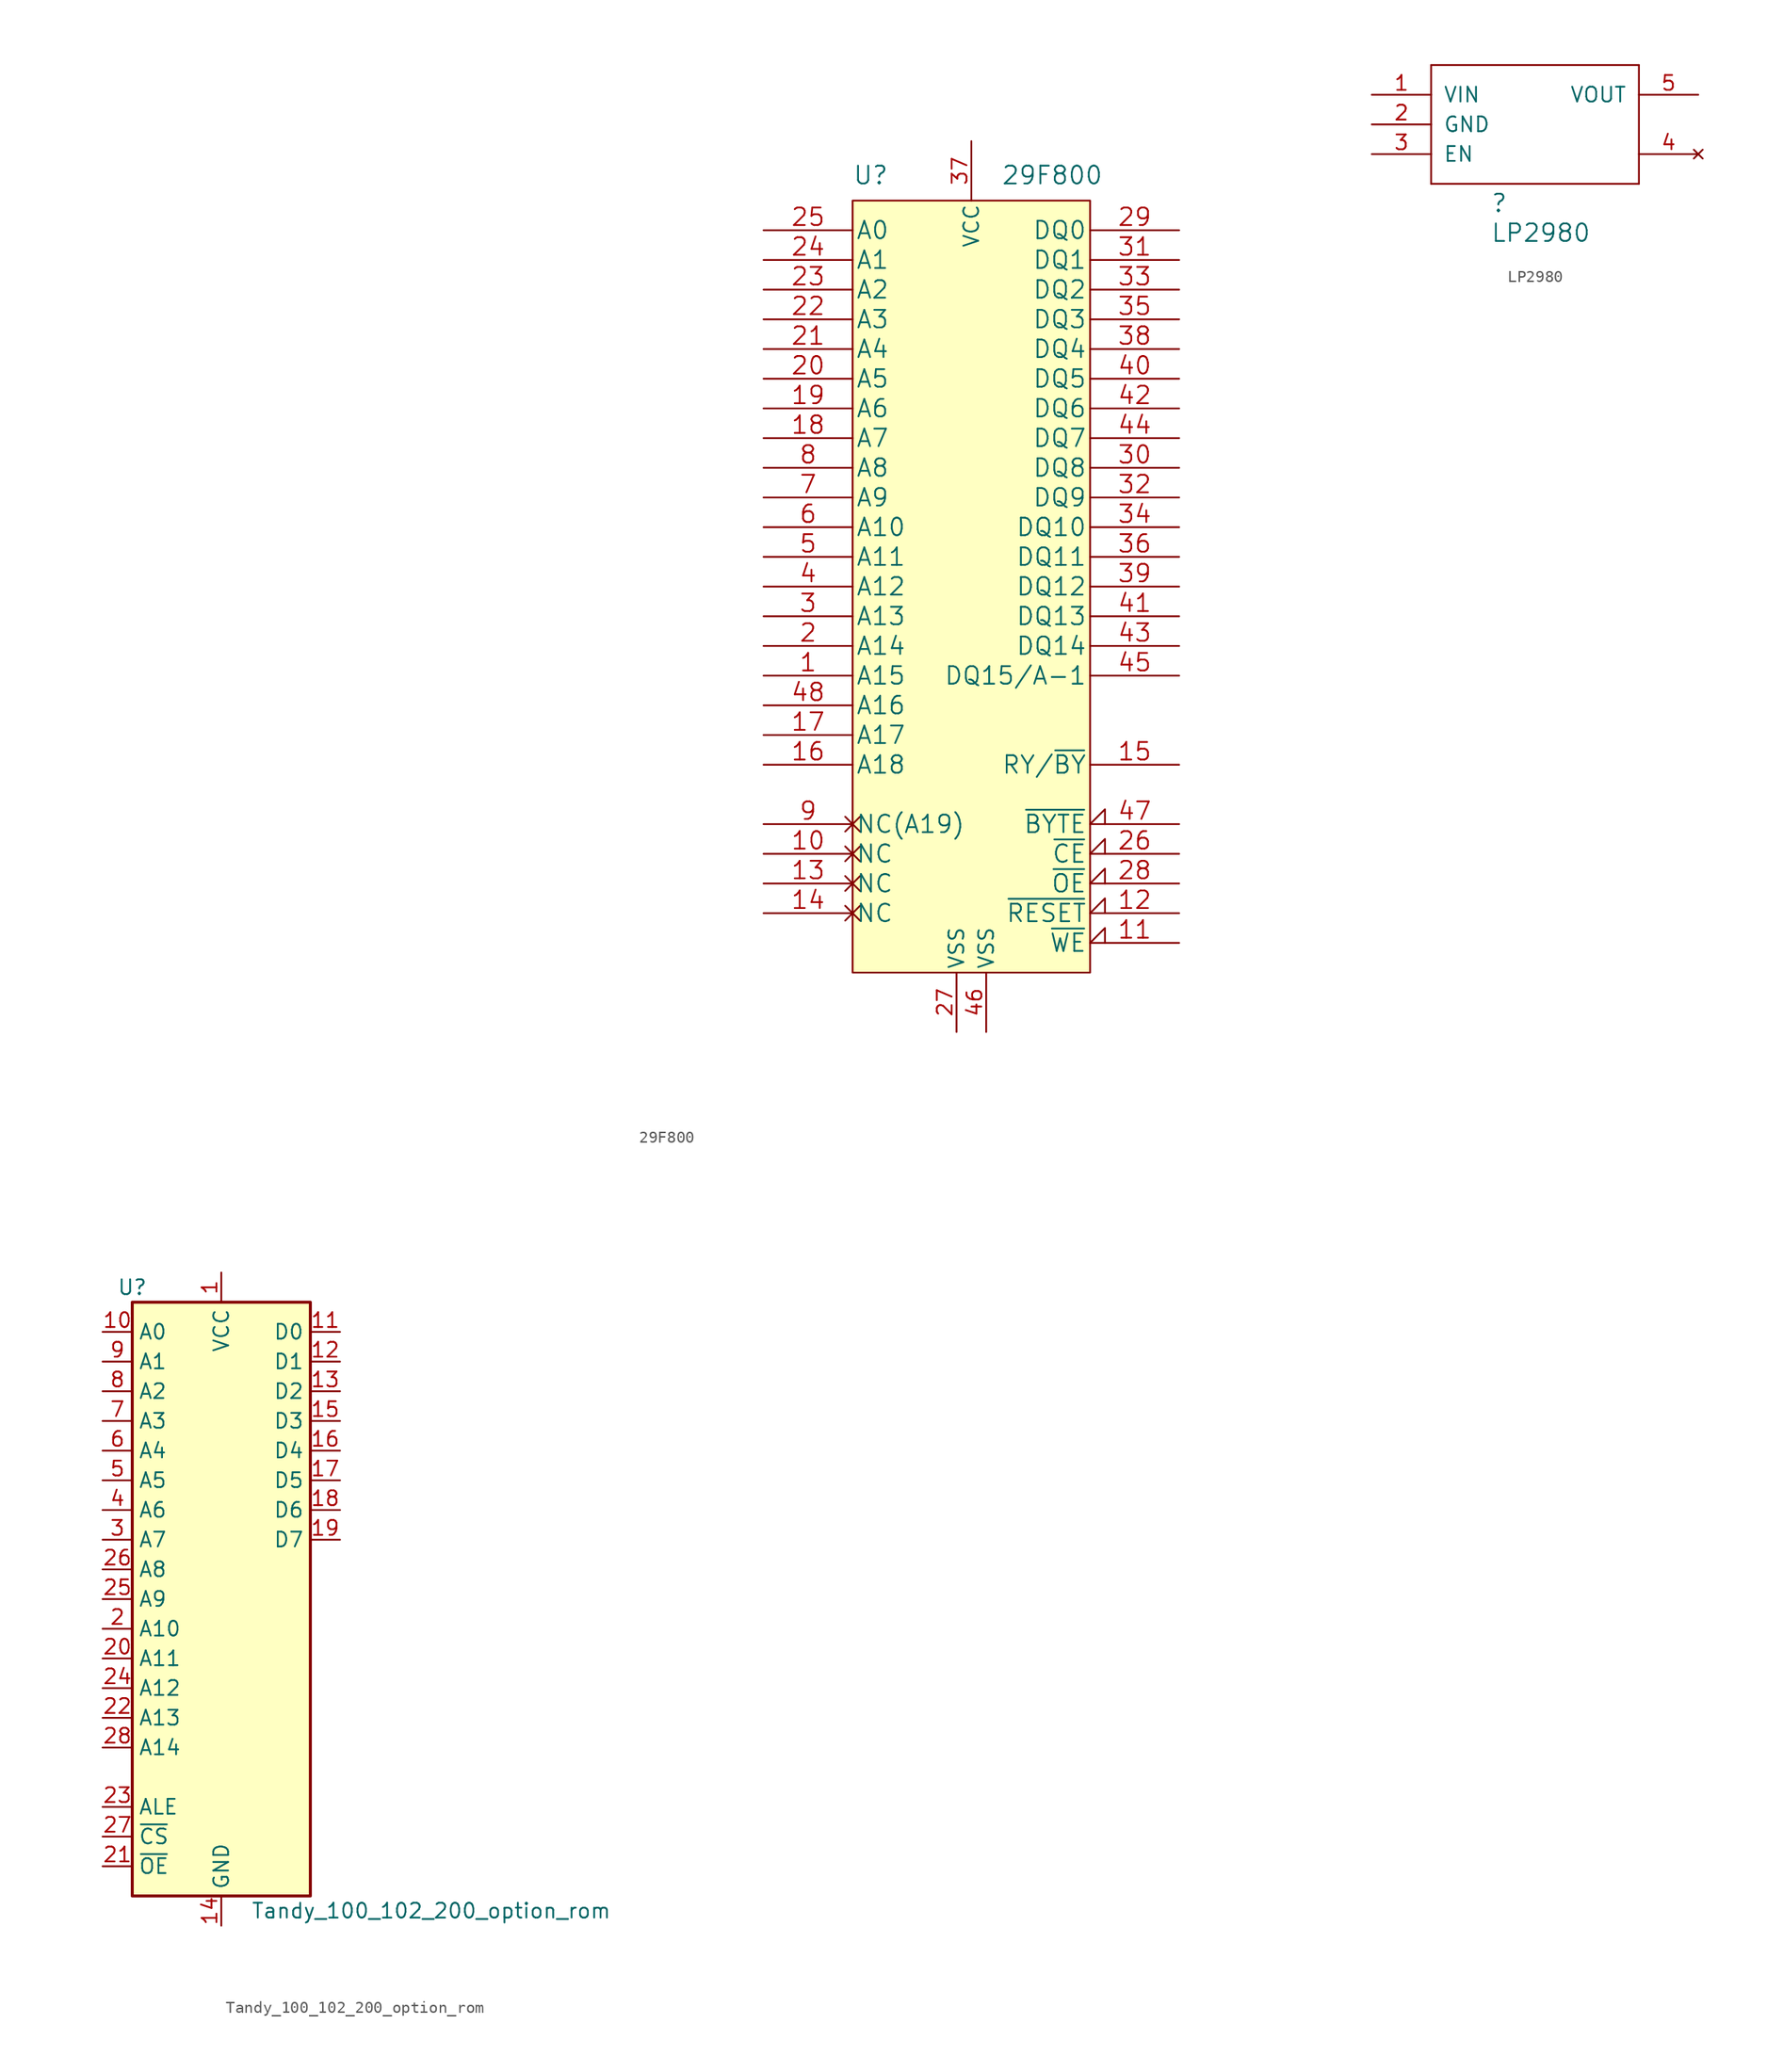
<source format=kicad_sym>
(kicad_symbol_lib
  (version 20211014)
  (generator kicad_symbol_editor)
  (symbol "29F800"
    (pin_names
      (offset 0.254))
    (property "Reference" "U"
      (at -10.16 3.81 0)
      (effects (font (size 1.524 1.524)) (justify left bottom)))
    (property "Value" "29F800"
      (at 2.54 3.81 0)
      (effects (font (size 1.524 1.524)) (justify left bottom)))
    (property "Datasheet" ""
      (at -69.977 -57.023 0)
      (effects (font (size 1.524 1.524))))
    (symbol "29F800_1_0"
      (pin power_in line (at -1.27 -68.58 90) (length 5.08) (name "VSS" (effects (font (size 1.27 1.27)))) (number "27" (effects (font (size 1.27 1.27)))))
      (pin power_in line (at 0 7.62 270) (length 5.08) (name "VCC" (effects (font (size 1.27 1.27)))) (number "37" (effects (font (size 1.27 1.27)))))
      (pin power_in line (at 1.27 -68.58 90) (length 5.08) (name "VSS" (effects (font (size 1.27 1.27)))) (number "46" (effects (font (size 1.27 1.27))))))
    (symbol "29F800_1_1"
      (rectangle (start -10.16 2.54) (end 10.16 -63.5) (stroke (width 0) (type default) (color 0 0 0 0)) (fill (type background)))
      (pin input line (at -17.78 -38.1 0) (length 7.62) (name "A15" (effects (font (size 1.499 1.499)))) (number "1" (effects (font (size 1.499 1.499)))))
      (pin passive non_logic (at -17.78 -53.34 0) (length 7.62) (name "NC" (effects (font (size 1.499 1.499)))) (number "10" (effects (font (size 1.499 1.499)))))
      (pin input input_low (at 17.78 -60.96 180) (length 7.62) (name "~{WE}" (effects (font (size 1.499 1.499)))) (number "11" (effects (font (size 1.499 1.499)))))
      (pin input input_low (at 17.78 -58.42 180) (length 7.62) (name "~{RESET}" (effects (font (size 1.499 1.499)))) (number "12" (effects (font (size 1.499 1.499)))))
      (pin passive non_logic (at -17.78 -55.88 0) (length 7.62) (name "NC" (effects (font (size 1.499 1.499)))) (number "13" (effects (font (size 1.499 1.499)))))
      (pin passive non_logic (at -17.78 -58.42 0) (length 7.62) (name "NC" (effects (font (size 1.499 1.499)))) (number "14" (effects (font (size 1.499 1.499)))))
      (pin output line (at 17.78 -45.72 180) (length 7.62) (name "RY/~{BY}" (effects (font (size 1.499 1.499)))) (number "15" (effects (font (size 1.499 1.499)))))
      (pin input line (at -17.78 -45.72 0) (length 7.62) (name "A18" (effects (font (size 1.499 1.499)))) (number "16" (effects (font (size 1.499 1.499)))))
      (pin input line (at -17.78 -43.18 0) (length 7.62) (name "A17" (effects (font (size 1.499 1.499)))) (number "17" (effects (font (size 1.499 1.499)))))
      (pin input line (at -17.78 -17.78 0) (length 7.62) (name "A7" (effects (font (size 1.499 1.499)))) (number "18" (effects (font (size 1.499 1.499)))))
      (pin input line (at -17.78 -15.24 0) (length 7.62) (name "A6" (effects (font (size 1.499 1.499)))) (number "19" (effects (font (size 1.499 1.499)))))
      (pin input line (at -17.78 -35.56 0) (length 7.62) (name "A14" (effects (font (size 1.499 1.499)))) (number "2" (effects (font (size 1.499 1.499)))))
      (pin input line (at -17.78 -12.7 0) (length 7.62) (name "A5" (effects (font (size 1.499 1.499)))) (number "20" (effects (font (size 1.499 1.499)))))
      (pin input line (at -17.78 -10.16 0) (length 7.62) (name "A4" (effects (font (size 1.499 1.499)))) (number "21" (effects (font (size 1.499 1.499)))))
      (pin input line (at -17.78 -7.62 0) (length 7.62) (name "A3" (effects (font (size 1.499 1.499)))) (number "22" (effects (font (size 1.499 1.499)))))
      (pin input line (at -17.78 -5.08 0) (length 7.62) (name "A2" (effects (font (size 1.499 1.499)))) (number "23" (effects (font (size 1.499 1.499)))))
      (pin input line (at -17.78 -2.54 0) (length 7.62) (name "A1" (effects (font (size 1.499 1.499)))) (number "24" (effects (font (size 1.499 1.499)))))
      (pin input line (at -17.78 0 0) (length 7.62) (name "A0" (effects (font (size 1.499 1.499)))) (number "25" (effects (font (size 1.499 1.499)))))
      (pin input input_low (at 17.78 -53.34 180) (length 7.62) (name "~{CE}" (effects (font (size 1.499 1.499)))) (number "26" (effects (font (size 1.499 1.499)))))
      (pin input input_low (at 17.78 -55.88 180) (length 7.62) (name "~{OE}" (effects (font (size 1.499 1.499)))) (number "28" (effects (font (size 1.499 1.499)))))
      (pin bidirectional line (at 17.78 0 180) (length 7.62) (name "DQ0" (effects (font (size 1.499 1.499)))) (number "29" (effects (font (size 1.499 1.499)))))
      (pin input line (at -17.78 -33.02 0) (length 7.62) (name "A13" (effects (font (size 1.499 1.499)))) (number "3" (effects (font (size 1.499 1.499)))))
      (pin bidirectional line (at 17.78 -20.32 180) (length 7.62) (name "DQ8" (effects (font (size 1.499 1.499)))) (number "30" (effects (font (size 1.499 1.499)))))
      (pin bidirectional line (at 17.78 -2.54 180) (length 7.62) (name "DQ1" (effects (font (size 1.499 1.499)))) (number "31" (effects (font (size 1.499 1.499)))))
      (pin bidirectional line (at 17.78 -22.86 180) (length 7.62) (name "DQ9" (effects (font (size 1.499 1.499)))) (number "32" (effects (font (size 1.499 1.499)))))
      (pin bidirectional line (at 17.78 -5.08 180) (length 7.62) (name "DQ2" (effects (font (size 1.499 1.499)))) (number "33" (effects (font (size 1.499 1.499)))))
      (pin bidirectional line (at 17.78 -25.4 180) (length 7.62) (name "DQ10" (effects (font (size 1.499 1.499)))) (number "34" (effects (font (size 1.499 1.499)))))
      (pin bidirectional line (at 17.78 -7.62 180) (length 7.62) (name "DQ3" (effects (font (size 1.499 1.499)))) (number "35" (effects (font (size 1.499 1.499)))))
      (pin bidirectional line (at 17.78 -27.94 180) (length 7.62) (name "DQ11" (effects (font (size 1.499 1.499)))) (number "36" (effects (font (size 1.499 1.499)))))
      (pin bidirectional line (at 17.78 -10.16 180) (length 7.62) (name "DQ4" (effects (font (size 1.499 1.499)))) (number "38" (effects (font (size 1.499 1.499)))))
      (pin bidirectional line (at 17.78 -30.48 180) (length 7.62) (name "DQ12" (effects (font (size 1.499 1.499)))) (number "39" (effects (font (size 1.499 1.499)))))
      (pin input line (at -17.78 -30.48 0) (length 7.62) (name "A12" (effects (font (size 1.499 1.499)))) (number "4" (effects (font (size 1.499 1.499)))))
      (pin bidirectional line (at 17.78 -12.7 180) (length 7.62) (name "DQ5" (effects (font (size 1.499 1.499)))) (number "40" (effects (font (size 1.499 1.499)))))
      (pin bidirectional line (at 17.78 -33.02 180) (length 7.62) (name "DQ13" (effects (font (size 1.499 1.499)))) (number "41" (effects (font (size 1.499 1.499)))))
      (pin bidirectional line (at 17.78 -15.24 180) (length 7.62) (name "DQ6" (effects (font (size 1.499 1.499)))) (number "42" (effects (font (size 1.499 1.499)))))
      (pin bidirectional line (at 17.78 -35.56 180) (length 7.62) (name "DQ14" (effects (font (size 1.499 1.499)))) (number "43" (effects (font (size 1.499 1.499)))))
      (pin bidirectional line (at 17.78 -17.78 180) (length 7.62) (name "DQ7" (effects (font (size 1.499 1.499)))) (number "44" (effects (font (size 1.499 1.499)))))
      (pin bidirectional line (at 17.78 -38.1 180) (length 7.62) (name "DQ15/A-1" (effects (font (size 1.499 1.499)))) (number "45" (effects (font (size 1.499 1.499)))))
      (pin input input_low (at 17.78 -50.8 180) (length 7.62) (name "~{BYTE}" (effects (font (size 1.499 1.499)))) (number "47" (effects (font (size 1.499 1.499)))))
      (pin input line (at -17.78 -40.64 0) (length 7.62) (name "A16" (effects (font (size 1.499 1.499)))) (number "48" (effects (font (size 1.499 1.499)))))
      (pin input line (at -17.78 -27.94 0) (length 7.62) (name "A11" (effects (font (size 1.499 1.499)))) (number "5" (effects (font (size 1.499 1.499)))))
      (pin input line (at -17.78 -25.4 0) (length 7.62) (name "A10" (effects (font (size 1.499 1.499)))) (number "6" (effects (font (size 1.499 1.499)))))
      (pin input line (at -17.78 -22.86 0) (length 7.62) (name "A9" (effects (font (size 1.499 1.499)))) (number "7" (effects (font (size 1.499 1.499)))))
      (pin input line (at -17.78 -20.32 0) (length 7.62) (name "A8" (effects (font (size 1.499 1.499)))) (number "8" (effects (font (size 1.499 1.499)))))
      (pin passive non_logic (at -17.78 -50.8 0) (length 7.62) (name "NC(A19)" (effects (font (size 1.499 1.499)))) (number "9" (effects (font (size 1.499 1.499)))))))
  (symbol "LP2980"
    (pin_names
      (offset 1.016))
    (property "Reference" ""
      (at -2.54 -7.62 0)
      (effects (font (size 1.499 1.499)) (justify left bottom)))
    (property "Value" "LP2980"
      (at -2.54 -10.16 0)
      (effects (font (size 1.499 1.499)) (justify left bottom)))
    (property "ki_locked" ""
      (at 0 0 0)
      (effects (font (size 1.27 1.27))))
    (symbol "LP2980_1_0"
      (polyline (pts (xy -7.62 -5.08) (xy 10.16 -5.08)) (stroke (width 0) (type default) (color 0 0 0 0)) (fill (type none)))
      (polyline (pts (xy -7.62 5.08) (xy -7.62 -5.08)) (stroke (width 0) (type default) (color 0 0 0 0)) (fill (type none)))
      (polyline (pts (xy 10.16 -5.08) (xy 10.16 5.08)) (stroke (width 0) (type default) (color 0 0 0 0)) (fill (type none)))
      (polyline (pts (xy 10.16 5.08) (xy -7.62 5.08)) (stroke (width 0) (type default) (color 0 0 0 0)) (fill (type none)))
      (pin power_in line (at -12.7 2.54 0) (length 5.08) (name "VIN" (effects (font (size 1.27 1.27)))) (number "1" (effects (font (size 1.27 1.27)))))
      (pin power_in line (at -12.7 0 0) (length 5.08) (name "GND" (effects (font (size 1.27 1.27)))) (number "2" (effects (font (size 1.27 1.27)))))
      (pin input line (at -12.7 -2.54 0) (length 5.08) (name "EN" (effects (font (size 1.27 1.27)))) (number "3" (effects (font (size 1.27 1.27)))))
      (pin no_connect line (at 15.24 -2.54 180) (length 5.08) (name "~" (effects (font (size 1.27 1.27)))) (number "4" (effects (font (size 1.27 1.27)))))
      (pin power_out line (at 15.24 2.54 180) (length 5.08) (name "VOUT" (effects (font (size 1.27 1.27)))) (number "5" (effects (font (size 1.27 1.27)))))))
  (symbol "Tandy_100_102_200_option_rom"
    (property "Reference" "U"
      (at -7.62 26.67 0)
      (effects (font (size 1.27 1.27))))
    (property "Value" "Tandy_100_102_200_option_rom"
      (at 2.54 -26.67 0)
      (effects (font (size 1.27 1.27)) (justify left)))
    (symbol "Tandy_100_102_200_option_rom_1_1"
      (rectangle (start -7.62 25.4) (end 7.62 -25.4) (stroke (width 0.254) (type default) (color 0 0 0 0)) (fill (type background)))
      (pin power_in line (at 0 27.94 270) (length 2.54) (name "VCC" (effects (font (size 1.27 1.27)))) (number "1" (effects (font (size 1.27 1.27)))))
      (pin input line (at -10.16 22.86 0) (length 2.54) (name "A0" (effects (font (size 1.27 1.27)))) (number "10" (effects (font (size 1.27 1.27)))))
      (pin tri_state line (at 10.16 22.86 180) (length 2.54) (name "D0" (effects (font (size 1.27 1.27)))) (number "11" (effects (font (size 1.27 1.27)))))
      (pin tri_state line (at 10.16 20.32 180) (length 2.54) (name "D1" (effects (font (size 1.27 1.27)))) (number "12" (effects (font (size 1.27 1.27)))))
      (pin tri_state line (at 10.16 17.78 180) (length 2.54) (name "D2" (effects (font (size 1.27 1.27)))) (number "13" (effects (font (size 1.27 1.27)))))
      (pin power_in line (at 0 -27.94 90) (length 2.54) (name "GND" (effects (font (size 1.27 1.27)))) (number "14" (effects (font (size 1.27 1.27)))))
      (pin tri_state line (at 10.16 15.24 180) (length 2.54) (name "D3" (effects (font (size 1.27 1.27)))) (number "15" (effects (font (size 1.27 1.27)))))
      (pin tri_state line (at 10.16 12.7 180) (length 2.54) (name "D4" (effects (font (size 1.27 1.27)))) (number "16" (effects (font (size 1.27 1.27)))))
      (pin tri_state line (at 10.16 10.16 180) (length 2.54) (name "D5" (effects (font (size 1.27 1.27)))) (number "17" (effects (font (size 1.27 1.27)))))
      (pin tri_state line (at 10.16 7.62 180) (length 2.54) (name "D6" (effects (font (size 1.27 1.27)))) (number "18" (effects (font (size 1.27 1.27)))))
      (pin tri_state line (at 10.16 5.08 180) (length 2.54) (name "D7" (effects (font (size 1.27 1.27)))) (number "19" (effects (font (size 1.27 1.27)))))
      (pin input line (at -10.16 -2.54 0) (length 2.54) (name "A10" (effects (font (size 1.27 1.27)))) (number "2" (effects (font (size 1.27 1.27)))))
      (pin input line (at -10.16 -5.08 0) (length 2.54) (name "A11" (effects (font (size 1.27 1.27)))) (number "20" (effects (font (size 1.27 1.27)))))
      (pin input line (at -10.16 -22.86 0) (length 2.54) (name "~{OE}" (effects (font (size 1.27 1.27)))) (number "21" (effects (font (size 1.27 1.27)))))
      (pin input line (at -10.16 -10.16 0) (length 2.54) (name "A13" (effects (font (size 1.27 1.27)))) (number "22" (effects (font (size 1.27 1.27)))))
      (pin input line (at -10.16 -17.78 0) (length 2.54) (name "ALE" (effects (font (size 1.27 1.27)))) (number "23" (effects (font (size 1.27 1.27)))))
      (pin input line (at -10.16 -7.62 0) (length 2.54) (name "A12" (effects (font (size 1.27 1.27)))) (number "24" (effects (font (size 1.27 1.27)))))
      (pin input line (at -10.16 0 0) (length 2.54) (name "A9" (effects (font (size 1.27 1.27)))) (number "25" (effects (font (size 1.27 1.27)))))
      (pin input line (at -10.16 2.54 0) (length 2.54) (name "A8" (effects (font (size 1.27 1.27)))) (number "26" (effects (font (size 1.27 1.27)))))
      (pin input line (at -10.16 -20.32 0) (length 2.54) (name "~{CS}" (effects (font (size 1.27 1.27)))) (number "27" (effects (font (size 1.27 1.27)))))
      (pin input line (at -10.16 -12.7 0) (length 2.54) (name "A14" (effects (font (size 1.27 1.27)))) (number "28" (effects (font (size 1.27 1.27)))))
      (pin input line (at -10.16 5.08 0) (length 2.54) (name "A7" (effects (font (size 1.27 1.27)))) (number "3" (effects (font (size 1.27 1.27)))))
      (pin input line (at -10.16 7.62 0) (length 2.54) (name "A6" (effects (font (size 1.27 1.27)))) (number "4" (effects (font (size 1.27 1.27)))))
      (pin input line (at -10.16 10.16 0) (length 2.54) (name "A5" (effects (font (size 1.27 1.27)))) (number "5" (effects (font (size 1.27 1.27)))))
      (pin input line (at -10.16 12.7 0) (length 2.54) (name "A4" (effects (font (size 1.27 1.27)))) (number "6" (effects (font (size 1.27 1.27)))))
      (pin input line (at -10.16 15.24 0) (length 2.54) (name "A3" (effects (font (size 1.27 1.27)))) (number "7" (effects (font (size 1.27 1.27)))))
      (pin input line (at -10.16 17.78 0) (length 2.54) (name "A2" (effects (font (size 1.27 1.27)))) (number "8" (effects (font (size 1.27 1.27)))))
      (pin input line (at -10.16 20.32 0) (length 2.54) (name "A1" (effects (font (size 1.27 1.27)))) (number "9" (effects (font (size 1.27 1.27))))))))
</source>
